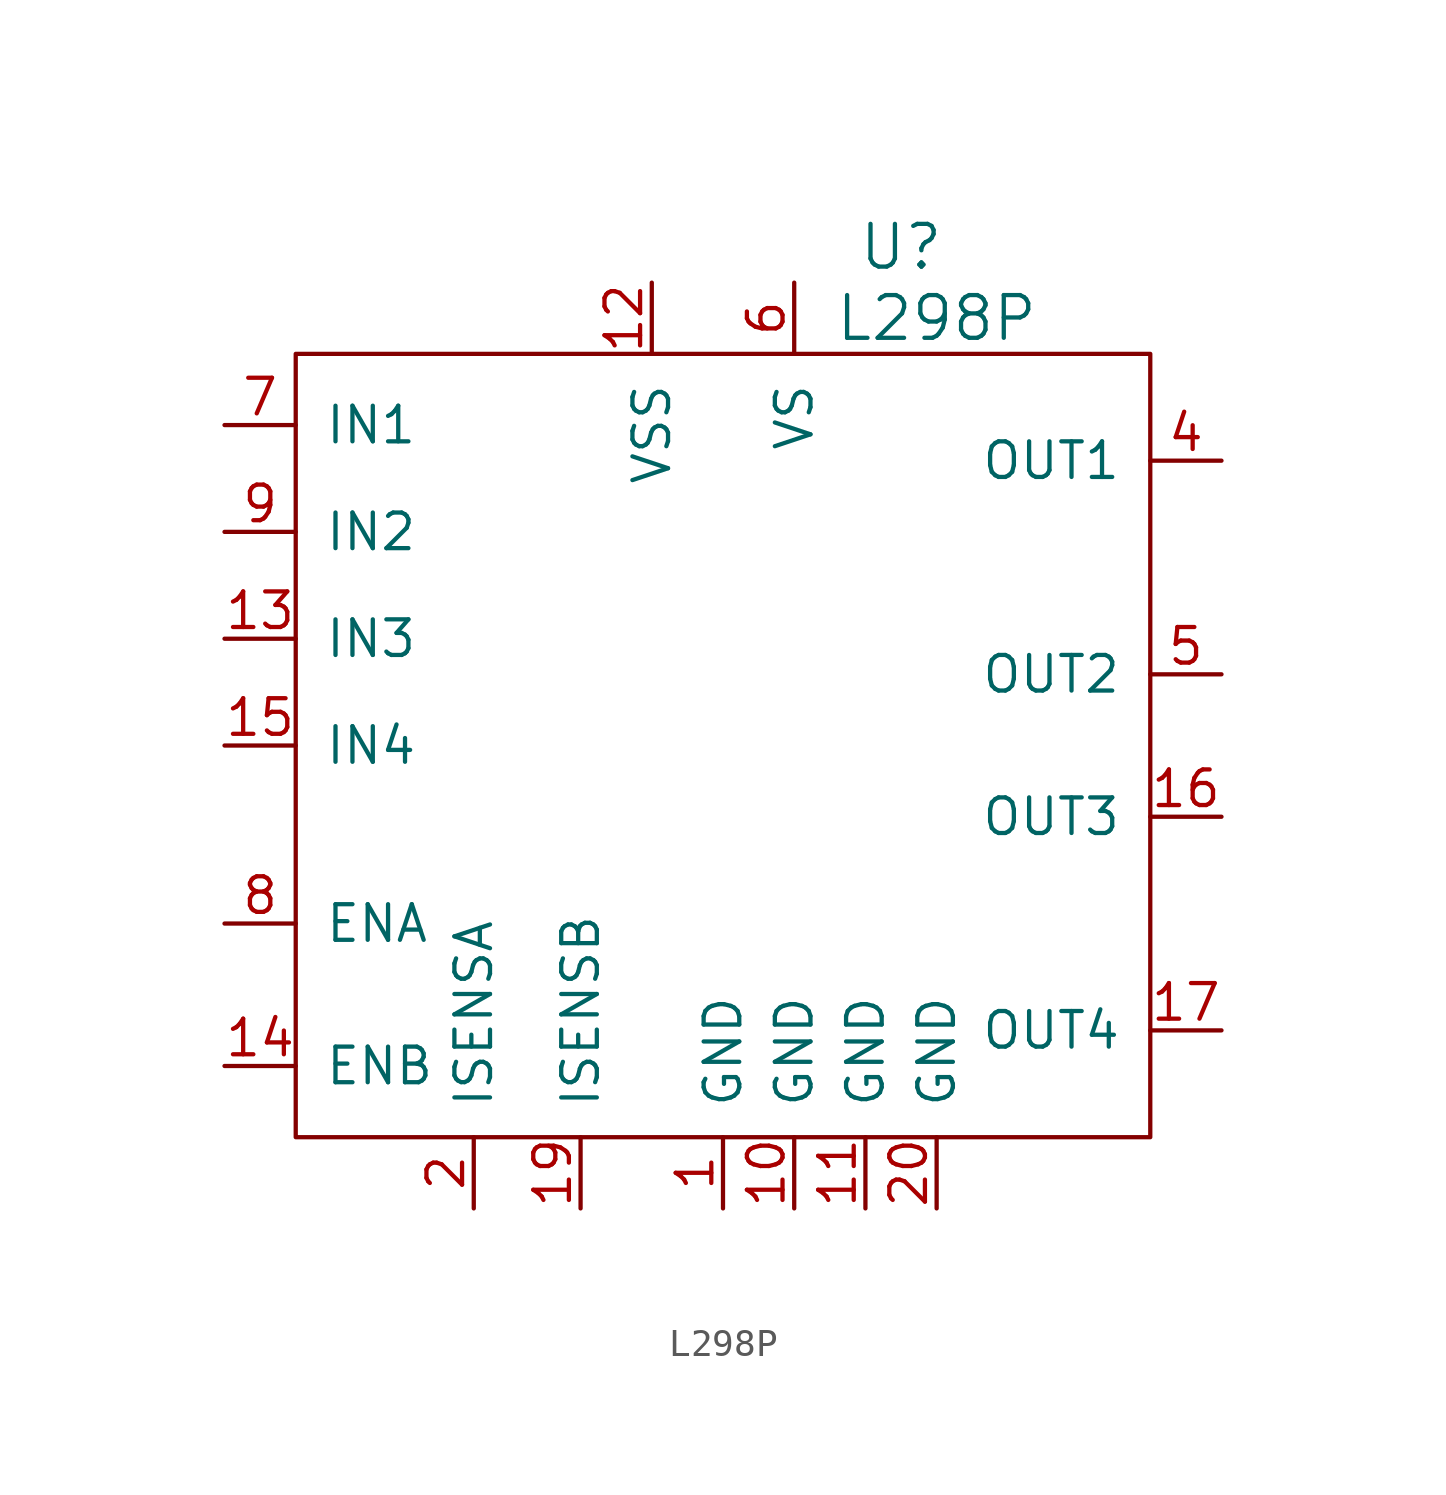
<source format=kicad_sym>
(kicad_symbol_lib
  (version 20220914)
  (generator kicad_symbol_editor)
  (symbol "L298P"
    (pin_names
      (offset 1.016))
    (property "Reference" "U"
      (at 6.35 17.78 0)
      (effects (font (size 1.524 1.524))))
    (property "Value" "L298P"
      (at 7.62 15.24 0)
      (effects (font (size 1.524 1.524))))
    (property "Footprint" ""
      (at 0 0 0)
      (effects (font (size 1.524 1.524))))
    (property "Datasheet" ""
      (at 0 0 0)
      (effects (font (size 1.524 1.524))))
    (symbol "L298P_0_1"
      (rectangle (start -15.24 13.97) (end 15.24 -13.97) (stroke (width 0) (type solid)) (fill (type none))))
    (symbol "L298P_1_1"
      (pin passive line (at 0 -16.51 90) (length 2.54) (name "GND" (effects (font (size 1.27 1.27)))) (number "1" (effects (font (size 1.27 1.27)))))
      (pin passive line (at 2.54 -16.51 90) (length 2.54) (name "GND" (effects (font (size 1.27 1.27)))) (number "10" (effects (font (size 1.27 1.27)))))
      (pin passive line (at 5.08 -16.51 90) (length 2.54) (name "GND" (effects (font (size 1.27 1.27)))) (number "11" (effects (font (size 1.27 1.27)))))
      (pin passive line (at -2.54 16.51 270) (length 2.54) (name "VSS" (effects (font (size 1.27 1.27)))) (number "12" (effects (font (size 1.27 1.27)))))
      (pin passive line (at -17.78 3.81 0) (length 2.54) (name "IN3" (effects (font (size 1.27 1.27)))) (number "13" (effects (font (size 1.27 1.27)))))
      (pin passive line (at -17.78 -11.43 0) (length 2.54) (name "ENB" (effects (font (size 1.27 1.27)))) (number "14" (effects (font (size 1.27 1.27)))))
      (pin passive line (at -17.78 0 0) (length 2.54) (name "IN4" (effects (font (size 1.27 1.27)))) (number "15" (effects (font (size 1.27 1.27)))))
      (pin passive line (at 17.78 -2.54 180) (length 2.54) (name "OUT3" (effects (font (size 1.27 1.27)))) (number "16" (effects (font (size 1.27 1.27)))))
      (pin passive line (at 17.78 -10.16 180) (length 2.54) (name "OUT4" (effects (font (size 1.27 1.27)))) (number "17" (effects (font (size 1.27 1.27)))))
      (pin passive line (at -5.08 -16.51 90) (length 2.54) (name "ISENSB" (effects (font (size 1.27 1.27)))) (number "19" (effects (font (size 1.27 1.27)))))
      (pin passive line (at -8.89 -16.51 90) (length 2.54) (name "ISENSA" (effects (font (size 1.27 1.27)))) (number "2" (effects (font (size 1.27 1.27)))))
      (pin passive line (at 7.62 -16.51 90) (length 2.54) (name "GND" (effects (font (size 1.27 1.27)))) (number "20" (effects (font (size 1.27 1.27)))))
      (pin passive line (at 17.78 10.16 180) (length 2.54) (name "OUT1" (effects (font (size 1.27 1.27)))) (number "4" (effects (font (size 1.27 1.27)))))
      (pin passive line (at 17.78 2.54 180) (length 2.54) (name "OUT2" (effects (font (size 1.27 1.27)))) (number "5" (effects (font (size 1.27 1.27)))))
      (pin passive line (at 2.54 16.51 270) (length 2.54) (name "VS" (effects (font (size 1.27 1.27)))) (number "6" (effects (font (size 1.27 1.27)))))
      (pin passive line (at -17.78 11.43 0) (length 2.54) (name "IN1" (effects (font (size 1.27 1.27)))) (number "7" (effects (font (size 1.27 1.27)))))
      (pin passive line (at -17.78 -6.35 0) (length 2.54) (name "ENA" (effects (font (size 1.27 1.27)))) (number "8" (effects (font (size 1.27 1.27)))))
      (pin passive line (at -17.78 7.62 0) (length 2.54) (name "IN2" (effects (font (size 1.27 1.27)))) (number "9" (effects (font (size 1.27 1.27))))))))
</source>
